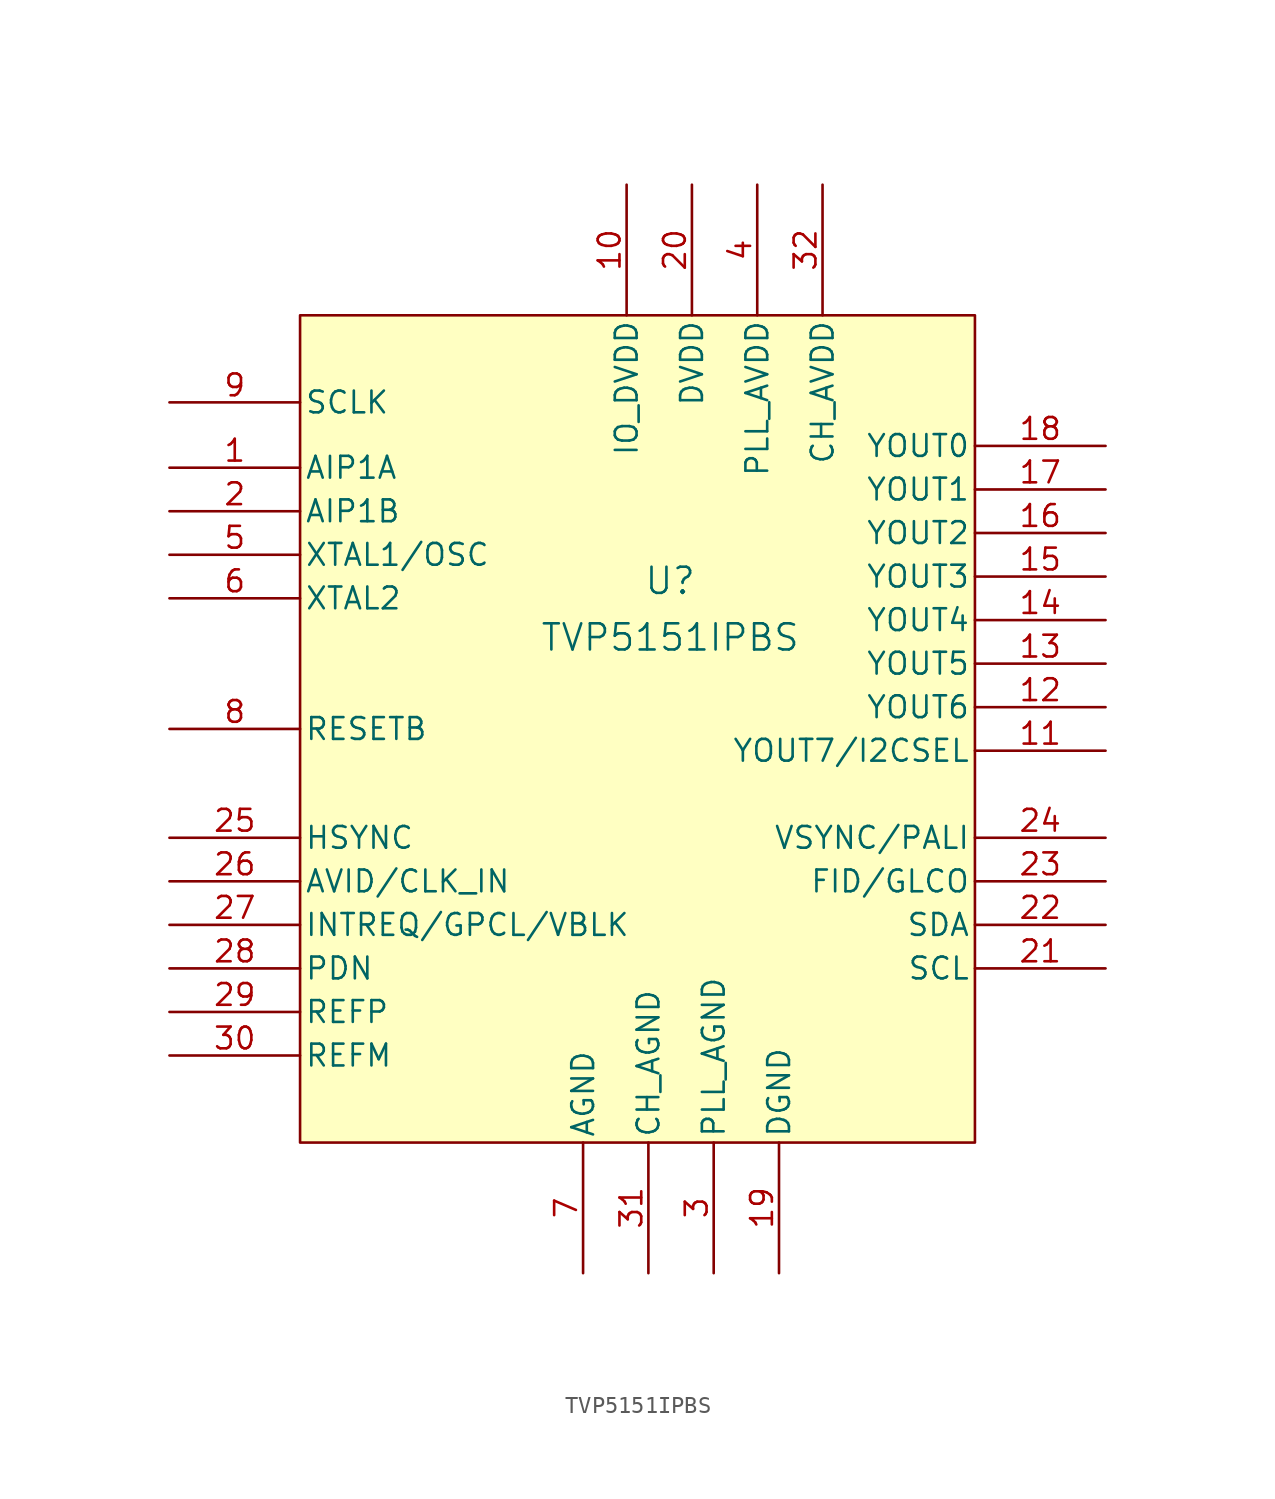
<source format=kicad_sym>
(kicad_symbol_lib
  (version 20241209)
  (generator "kicad_symbol_editor")
  (generator_version "9.0")
  (symbol "TVP5151IPBS"
    (pin_names
      (offset 0.254))
    (property "Reference" "U"
      (at 29.21 -10.414 0)
      (effects (font (size 1.524 1.524))))
    (property "Value" "TVP5151IPBS"
      (at 29.21 -13.716 0)
      (effects (font (size 1.524 1.524))))
    (property "ki_locked" ""
      (at 0 0 0)
      (effects (font (size 1.27 1.27))))
    (symbol "TVP5151IPBS_0_1"
      (pin output line (at 0 0 0) (length 7.62) (name "SCLK" (effects (font (size 1.27 1.27)))) (number "9" (effects (font (size 1.27 1.27)))))
      (pin input line (at 0 -3.81 0) (length 7.62) (name "AIP1A" (effects (font (size 1.27 1.27)))) (number "1" (effects (font (size 1.27 1.27)))))
      (pin input line (at 0 -6.35 0) (length 7.62) (name "AIP1B" (effects (font (size 1.27 1.27)))) (number "2" (effects (font (size 1.27 1.27)))))
      (pin bidirectional line (at 0 -8.89 0) (length 7.62) (name "XTAL1/OSC" (effects (font (size 1.27 1.27)))) (number "5" (effects (font (size 1.27 1.27)))))
      (pin bidirectional line (at 0 -11.43 0) (length 7.62) (name "XTAL2" (effects (font (size 1.27 1.27)))) (number "6" (effects (font (size 1.27 1.27)))))
      (pin input line (at 0 -19.05 0) (length 7.62) (name "RESETB" (effects (font (size 1.27 1.27)))) (number "8" (effects (font (size 1.27 1.27)))))
      (pin output line (at 0 -25.4 0) (length 7.62) (name "HSYNC" (effects (font (size 1.27 1.27)))) (number "25" (effects (font (size 1.27 1.27)))))
      (pin bidirectional line (at 0 -27.94 0) (length 7.62) (name "AVID/CLK_IN" (effects (font (size 1.27 1.27)))) (number "26" (effects (font (size 1.27 1.27)))))
      (pin bidirectional line (at 0 -30.48 0) (length 7.62) (name "INTREQ/GPCL/VBLK" (effects (font (size 1.27 1.27)))) (number "27" (effects (font (size 1.27 1.27)))))
      (pin input line (at 0 -33.02 0) (length 7.62) (name "PDN" (effects (font (size 1.27 1.27)))) (number "28" (effects (font (size 1.27 1.27)))))
      (pin input line (at 0 -35.56 0) (length 7.62) (name "REFP" (effects (font (size 1.27 1.27)))) (number "29" (effects (font (size 1.27 1.27)))))
      (pin input line (at 0 -38.1 0) (length 7.62) (name "REFM" (effects (font (size 1.27 1.27)))) (number "30" (effects (font (size 1.27 1.27)))))
      (pin input line (at 24.13 -50.8 90) (length 7.62) (name "AGND" (effects (font (size 1.27 1.27)))) (number "7" (effects (font (size 1.27 1.27)))))
      (pin input line (at 26.67 12.7 270) (length 7.62) (name "IO_DVDD" (effects (font (size 1.27 1.27)))) (number "10" (effects (font (size 1.27 1.27)))))
      (pin input line (at 27.94 -50.8 90) (length 7.62) (name "CH_AGND" (effects (font (size 1.27 1.27)))) (number "31" (effects (font (size 1.27 1.27)))))
      (pin input line (at 30.48 12.7 270) (length 7.62) (name "DVDD" (effects (font (size 1.27 1.27)))) (number "20" (effects (font (size 1.27 1.27)))))
      (pin input line (at 31.75 -50.8 90) (length 7.62) (name "PLL_AGND" (effects (font (size 1.27 1.27)))) (number "3" (effects (font (size 1.27 1.27)))))
      (pin input line (at 34.29 12.7 270) (length 7.62) (name "PLL_AVDD" (effects (font (size 1.27 1.27)))) (number "4" (effects (font (size 1.27 1.27)))))
      (pin input line (at 35.56 -50.8 90) (length 7.62) (name "DGND" (effects (font (size 1.27 1.27)))) (number "19" (effects (font (size 1.27 1.27)))))
      (pin input line (at 38.1 12.7 270) (length 7.62) (name "CH_AVDD" (effects (font (size 1.27 1.27)))) (number "32" (effects (font (size 1.27 1.27)))))
      (pin bidirectional line (at 54.61 -2.54 180) (length 7.62) (name "YOUT0" (effects (font (size 1.27 1.27)))) (number "18" (effects (font (size 1.27 1.27)))))
      (pin bidirectional line (at 54.61 -5.08 180) (length 7.62) (name "YOUT1" (effects (font (size 1.27 1.27)))) (number "17" (effects (font (size 1.27 1.27)))))
      (pin bidirectional line (at 54.61 -7.62 180) (length 7.62) (name "YOUT2" (effects (font (size 1.27 1.27)))) (number "16" (effects (font (size 1.27 1.27)))))
      (pin bidirectional line (at 54.61 -10.16 180) (length 7.62) (name "YOUT3" (effects (font (size 1.27 1.27)))) (number "15" (effects (font (size 1.27 1.27)))))
      (pin bidirectional line (at 54.61 -12.7 180) (length 7.62) (name "YOUT4" (effects (font (size 1.27 1.27)))) (number "14" (effects (font (size 1.27 1.27)))))
      (pin bidirectional line (at 54.61 -15.24 180) (length 7.62) (name "YOUT5" (effects (font (size 1.27 1.27)))) (number "13" (effects (font (size 1.27 1.27)))))
      (pin bidirectional line (at 54.61 -17.78 180) (length 7.62) (name "YOUT6" (effects (font (size 1.27 1.27)))) (number "12" (effects (font (size 1.27 1.27)))))
      (pin bidirectional line (at 54.61 -20.32 180) (length 7.62) (name "YOUT7/I2CSEL" (effects (font (size 1.27 1.27)))) (number "11" (effects (font (size 1.27 1.27)))))
      (pin output line (at 54.61 -25.4 180) (length 7.62) (name "VSYNC/PALI" (effects (font (size 1.27 1.27)))) (number "24" (effects (font (size 1.27 1.27)))))
      (pin output line (at 54.61 -27.94 180) (length 7.62) (name "FID/GLCO" (effects (font (size 1.27 1.27)))) (number "23" (effects (font (size 1.27 1.27)))))
      (pin bidirectional line (at 54.61 -30.48 180) (length 7.62) (name "SDA" (effects (font (size 1.27 1.27)))) (number "22" (effects (font (size 1.27 1.27)))))
      (pin bidirectional line (at 54.61 -33.02 180) (length 7.62) (name "SCL" (effects (font (size 1.27 1.27)))) (number "21" (effects (font (size 1.27 1.27))))))
    (symbol "TVP5151IPBS_1_1"
      (rectangle (start 7.62 5.08) (end 46.99 -43.18) (stroke (width 0) (type solid)) (fill (type background))))))
</source>
